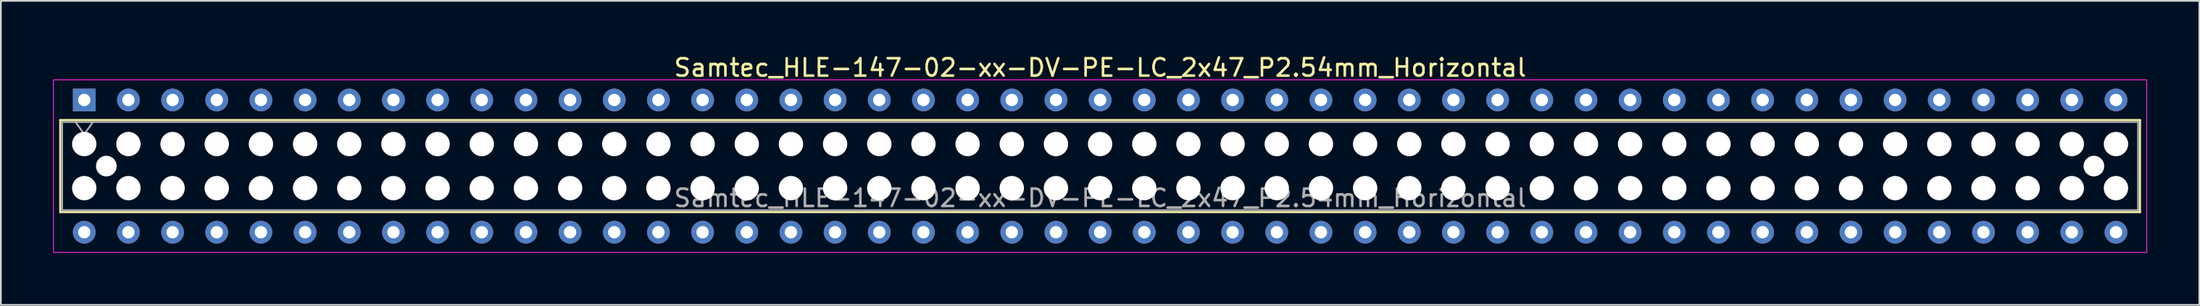
<source format=kicad_pcb>
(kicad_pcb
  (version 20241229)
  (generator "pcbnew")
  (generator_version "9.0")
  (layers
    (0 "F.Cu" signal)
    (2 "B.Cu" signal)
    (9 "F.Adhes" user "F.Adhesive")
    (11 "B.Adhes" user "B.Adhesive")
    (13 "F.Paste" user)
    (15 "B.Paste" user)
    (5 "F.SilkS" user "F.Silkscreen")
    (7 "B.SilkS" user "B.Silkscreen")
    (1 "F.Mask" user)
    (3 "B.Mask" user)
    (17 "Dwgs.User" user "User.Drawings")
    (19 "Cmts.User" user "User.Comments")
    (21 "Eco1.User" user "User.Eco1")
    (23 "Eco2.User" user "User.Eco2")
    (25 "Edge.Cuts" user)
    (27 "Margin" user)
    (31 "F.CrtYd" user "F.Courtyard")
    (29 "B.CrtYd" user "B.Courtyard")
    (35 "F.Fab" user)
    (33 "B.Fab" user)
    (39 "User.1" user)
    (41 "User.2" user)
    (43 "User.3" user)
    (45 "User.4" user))
  (footprint "Samtec_HLE-147-02-xx-DV-PE-LC_2x47_P2.54mm_Horizontal"
    (layer "F.Cu")
    (at 1.795 2.708)
    (property "Reference" "Samtec_HLE-147-02-xx-DV-PE-LC_2x47_P2.54mm_Horizontal" (at 58.42 -1.86 0) (layer "F.SilkS") (effects (font (size 1 1) (thickness 0.15))))
    (attr through_hole)
    (fp_line (start -1.38 1.16) (end 118.22 1.16) (stroke (width 0.12) (type solid)) (layer "F.SilkS"))
    (fp_line (start -1.38 6.46) (end -1.38 1.16) (stroke (width 0.12) (type solid)) (layer "F.SilkS"))
    (fp_line (start 118.22 1.16) (end 118.22 6.46) (stroke (width 0.12) (type solid)) (layer "F.SilkS"))
    (fp_line (start 118.22 6.46) (end -1.38 6.46) (stroke (width 0.12) (type solid)) (layer "F.SilkS"))
    (fp_line (start -1.77 -1.16) (end 118.61 -1.16) (stroke (width 0.05) (type solid)) (layer "F.CrtYd"))
    (fp_line (start -1.77 8.78) (end -1.77 -1.16) (stroke (width 0.05) (type solid)) (layer "F.CrtYd"))
    (fp_line (start 118.61 -1.16) (end 118.61 8.78) (stroke (width 0.05) (type solid)) (layer "F.CrtYd"))
    (fp_line (start 118.61 8.78) (end -1.77 8.78) (stroke (width 0.05) (type solid)) (layer "F.CrtYd"))
    (fp_line (start -1.27 1.27) (end 118.11 1.27) (stroke (width 0.1) (type solid)) (layer "F.Fab"))
    (fp_line (start -1.27 6.35) (end -1.27 1.27) (stroke (width 0.1) (type solid)) (layer "F.Fab"))
    (fp_line (start -0.5 1.27) (end 0 1.977) (stroke (width 0.1) (type solid)) (layer "F.Fab"))
    (fp_line (start 0 1.977) (end 0.5 1.27) (stroke (width 0.1) (type solid)) (layer "F.Fab"))
    (fp_line (start 118.11 1.27) (end 118.11 6.35) (stroke (width 0.1) (type solid)) (layer "F.Fab"))
    (fp_line (start 118.11 6.35) (end -1.27 6.35) (stroke (width 0.1) (type solid)) (layer "F.Fab"))
    (fp_text user "${REFERENCE}" (at 58.42 5.65 0) (layer "F.Fab") (effects (font (size 1 1) (thickness 0.15))))
    (pad "" np_thru_hole circle (at 0 2.54) (size 1.4 1.4) (drill 1.4) (layers "*.Cu" "*.Mask"))
    (pad "" np_thru_hole circle (at 0 5.08) (size 1.4 1.4) (drill 1.4) (layers "*.Cu" "*.Mask"))
    (pad "" np_thru_hole circle (at 1.27 3.81) (size 1.19 1.19) (drill 1.19) (layers "*.Cu" "*.Mask"))
    (pad "" np_thru_hole circle (at 2.54 2.54) (size 1.4 1.4) (drill 1.4) (layers "*.Cu" "*.Mask"))
    (pad "" np_thru_hole circle (at 2.54 5.08) (size 1.4 1.4) (drill 1.4) (layers "*.Cu" "*.Mask"))
    (pad "" np_thru_hole circle (at 5.08 2.54) (size 1.4 1.4) (drill 1.4) (layers "*.Cu" "*.Mask"))
    (pad "" np_thru_hole circle (at 5.08 5.08) (size 1.4 1.4) (drill 1.4) (layers "*.Cu" "*.Mask"))
    (pad "" np_thru_hole circle (at 7.62 2.54) (size 1.4 1.4) (drill 1.4) (layers "*.Cu" "*.Mask"))
    (pad "" np_thru_hole circle (at 7.62 5.08) (size 1.4 1.4) (drill 1.4) (layers "*.Cu" "*.Mask"))
    (pad "" np_thru_hole circle (at 10.16 2.54) (size 1.4 1.4) (drill 1.4) (layers "*.Cu" "*.Mask"))
    (pad "" np_thru_hole circle (at 10.16 5.08) (size 1.4 1.4) (drill 1.4) (layers "*.Cu" "*.Mask"))
    (pad "" np_thru_hole circle (at 12.7 2.54) (size 1.4 1.4) (drill 1.4) (layers "*.Cu" "*.Mask"))
    (pad "" np_thru_hole circle (at 12.7 5.08) (size 1.4 1.4) (drill 1.4) (layers "*.Cu" "*.Mask"))
    (pad "" np_thru_hole circle (at 15.24 2.54) (size 1.4 1.4) (drill 1.4) (layers "*.Cu" "*.Mask"))
    (pad "" np_thru_hole circle (at 15.24 5.08) (size 1.4 1.4) (drill 1.4) (layers "*.Cu" "*.Mask"))
    (pad "" np_thru_hole circle (at 17.78 2.54) (size 1.4 1.4) (drill 1.4) (layers "*.Cu" "*.Mask"))
    (pad "" np_thru_hole circle (at 17.78 5.08) (size 1.4 1.4) (drill 1.4) (layers "*.Cu" "*.Mask"))
    (pad "" np_thru_hole circle (at 20.32 2.54) (size 1.4 1.4) (drill 1.4) (layers "*.Cu" "*.Mask"))
    (pad "" np_thru_hole circle (at 20.32 5.08) (size 1.4 1.4) (drill 1.4) (layers "*.Cu" "*.Mask"))
    (pad "" np_thru_hole circle (at 22.86 2.54) (size 1.4 1.4) (drill 1.4) (layers "*.Cu" "*.Mask"))
    (pad "" np_thru_hole circle (at 22.86 5.08) (size 1.4 1.4) (drill 1.4) (layers "*.Cu" "*.Mask"))
    (pad "" np_thru_hole circle (at 25.4 2.54) (size 1.4 1.4) (drill 1.4) (layers "*.Cu" "*.Mask"))
    (pad "" np_thru_hole circle (at 25.4 5.08) (size 1.4 1.4) (drill 1.4) (layers "*.Cu" "*.Mask"))
    (pad "" np_thru_hole circle (at 27.94 2.54) (size 1.4 1.4) (drill 1.4) (layers "*.Cu" "*.Mask"))
    (pad "" np_thru_hole circle (at 27.94 5.08) (size 1.4 1.4) (drill 1.4) (layers "*.Cu" "*.Mask"))
    (pad "" np_thru_hole circle (at 30.48 2.54) (size 1.4 1.4) (drill 1.4) (layers "*.Cu" "*.Mask"))
    (pad "" np_thru_hole circle (at 30.48 5.08) (size 1.4 1.4) (drill 1.4) (layers "*.Cu" "*.Mask"))
    (pad "" np_thru_hole circle (at 33.02 2.54) (size 1.4 1.4) (drill 1.4) (layers "*.Cu" "*.Mask"))
    (pad "" np_thru_hole circle (at 33.02 5.08) (size 1.4 1.4) (drill 1.4) (layers "*.Cu" "*.Mask"))
    (pad "" np_thru_hole circle (at 35.56 2.54) (size 1.4 1.4) (drill 1.4) (layers "*.Cu" "*.Mask"))
    (pad "" np_thru_hole circle (at 35.56 5.08) (size 1.4 1.4) (drill 1.4) (layers "*.Cu" "*.Mask"))
    (pad "" np_thru_hole circle (at 38.1 2.54) (size 1.4 1.4) (drill 1.4) (layers "*.Cu" "*.Mask"))
    (pad "" np_thru_hole circle (at 38.1 5.08) (size 1.4 1.4) (drill 1.4) (layers "*.Cu" "*.Mask"))
    (pad "" np_thru_hole circle (at 40.64 2.54) (size 1.4 1.4) (drill 1.4) (layers "*.Cu" "*.Mask"))
    (pad "" np_thru_hole circle (at 40.64 5.08) (size 1.4 1.4) (drill 1.4) (layers "*.Cu" "*.Mask"))
    (pad "" np_thru_hole circle (at 43.18 2.54) (size 1.4 1.4) (drill 1.4) (layers "*.Cu" "*.Mask"))
    (pad "" np_thru_hole circle (at 43.18 5.08) (size 1.4 1.4) (drill 1.4) (layers "*.Cu" "*.Mask"))
    (pad "" np_thru_hole circle (at 45.72 2.54) (size 1.4 1.4) (drill 1.4) (layers "*.Cu" "*.Mask"))
    (pad "" np_thru_hole circle (at 45.72 5.08) (size 1.4 1.4) (drill 1.4) (layers "*.Cu" "*.Mask"))
    (pad "" np_thru_hole circle (at 48.26 2.54) (size 1.4 1.4) (drill 1.4) (layers "*.Cu" "*.Mask"))
    (pad "" np_thru_hole circle (at 48.26 5.08) (size 1.4 1.4) (drill 1.4) (layers "*.Cu" "*.Mask"))
    (pad "" np_thru_hole circle (at 50.8 2.54) (size 1.4 1.4) (drill 1.4) (layers "*.Cu" "*.Mask"))
    (pad "" np_thru_hole circle (at 50.8 5.08) (size 1.4 1.4) (drill 1.4) (layers "*.Cu" "*.Mask"))
    (pad "" np_thru_hole circle (at 53.34 2.54) (size 1.4 1.4) (drill 1.4) (layers "*.Cu" "*.Mask"))
    (pad "" np_thru_hole circle (at 53.34 5.08) (size 1.4 1.4) (drill 1.4) (layers "*.Cu" "*.Mask"))
    (pad "" np_thru_hole circle (at 55.88 2.54) (size 1.4 1.4) (drill 1.4) (layers "*.Cu" "*.Mask"))
    (pad "" np_thru_hole circle (at 55.88 5.08) (size 1.4 1.4) (drill 1.4) (layers "*.Cu" "*.Mask"))
    (pad "" np_thru_hole circle (at 58.42 2.54) (size 1.4 1.4) (drill 1.4) (layers "*.Cu" "*.Mask"))
    (pad "" np_thru_hole circle (at 58.42 5.08) (size 1.4 1.4) (drill 1.4) (layers "*.Cu" "*.Mask"))
    (pad "" np_thru_hole circle (at 60.96 2.54) (size 1.4 1.4) (drill 1.4) (layers "*.Cu" "*.Mask"))
    (pad "" np_thru_hole circle (at 60.96 5.08) (size 1.4 1.4) (drill 1.4) (layers "*.Cu" "*.Mask"))
    (pad "" np_thru_hole circle (at 63.5 2.54) (size 1.4 1.4) (drill 1.4) (layers "*.Cu" "*.Mask"))
    (pad "" np_thru_hole circle (at 63.5 5.08) (size 1.4 1.4) (drill 1.4) (layers "*.Cu" "*.Mask"))
    (pad "" np_thru_hole circle (at 66.04 2.54) (size 1.4 1.4) (drill 1.4) (layers "*.Cu" "*.Mask"))
    (pad "" np_thru_hole circle (at 66.04 5.08) (size 1.4 1.4) (drill 1.4) (layers "*.Cu" "*.Mask"))
    (pad "" np_thru_hole circle (at 68.58 2.54) (size 1.4 1.4) (drill 1.4) (layers "*.Cu" "*.Mask"))
    (pad "" np_thru_hole circle (at 68.58 5.08) (size 1.4 1.4) (drill 1.4) (layers "*.Cu" "*.Mask"))
    (pad "" np_thru_hole circle (at 71.12 2.54) (size 1.4 1.4) (drill 1.4) (layers "*.Cu" "*.Mask"))
    (pad "" np_thru_hole circle (at 71.12 5.08) (size 1.4 1.4) (drill 1.4) (layers "*.Cu" "*.Mask"))
    (pad "" np_thru_hole circle (at 73.66 2.54) (size 1.4 1.4) (drill 1.4) (layers "*.Cu" "*.Mask"))
    (pad "" np_thru_hole circle (at 73.66 5.08) (size 1.4 1.4) (drill 1.4) (layers "*.Cu" "*.Mask"))
    (pad "" np_thru_hole circle (at 76.2 2.54) (size 1.4 1.4) (drill 1.4) (layers "*.Cu" "*.Mask"))
    (pad "" np_thru_hole circle (at 76.2 5.08) (size 1.4 1.4) (drill 1.4) (layers "*.Cu" "*.Mask"))
    (pad "" np_thru_hole circle (at 78.74 2.54) (size 1.4 1.4) (drill 1.4) (layers "*.Cu" "*.Mask"))
    (pad "" np_thru_hole circle (at 78.74 5.08) (size 1.4 1.4) (drill 1.4) (layers "*.Cu" "*.Mask"))
    (pad "" np_thru_hole circle (at 81.28 2.54) (size 1.4 1.4) (drill 1.4) (layers "*.Cu" "*.Mask"))
    (pad "" np_thru_hole circle (at 81.28 5.08) (size 1.4 1.4) (drill 1.4) (layers "*.Cu" "*.Mask"))
    (pad "" np_thru_hole circle (at 83.82 2.54) (size 1.4 1.4) (drill 1.4) (layers "*.Cu" "*.Mask"))
    (pad "" np_thru_hole circle (at 83.82 5.08) (size 1.4 1.4) (drill 1.4) (layers "*.Cu" "*.Mask"))
    (pad "" np_thru_hole circle (at 86.36 2.54) (size 1.4 1.4) (drill 1.4) (layers "*.Cu" "*.Mask"))
    (pad "" np_thru_hole circle (at 86.36 5.08) (size 1.4 1.4) (drill 1.4) (layers "*.Cu" "*.Mask"))
    (pad "" np_thru_hole circle (at 88.9 2.54) (size 1.4 1.4) (drill 1.4) (layers "*.Cu" "*.Mask"))
    (pad "" np_thru_hole circle (at 88.9 5.08) (size 1.4 1.4) (drill 1.4) (layers "*.Cu" "*.Mask"))
    (pad "" np_thru_hole circle (at 91.44 2.54) (size 1.4 1.4) (drill 1.4) (layers "*.Cu" "*.Mask"))
    (pad "" np_thru_hole circle (at 91.44 5.08) (size 1.4 1.4) (drill 1.4) (layers "*.Cu" "*.Mask"))
    (pad "" np_thru_hole circle (at 93.98 2.54) (size 1.4 1.4) (drill 1.4) (layers "*.Cu" "*.Mask"))
    (pad "" np_thru_hole circle (at 93.98 5.08) (size 1.4 1.4) (drill 1.4) (layers "*.Cu" "*.Mask"))
    (pad "" np_thru_hole circle (at 96.52 2.54) (size 1.4 1.4) (drill 1.4) (layers "*.Cu" "*.Mask"))
    (pad "" np_thru_hole circle (at 96.52 5.08) (size 1.4 1.4) (drill 1.4) (layers "*.Cu" "*.Mask"))
    (pad "" np_thru_hole circle (at 99.06 2.54) (size 1.4 1.4) (drill 1.4) (layers "*.Cu" "*.Mask"))
    (pad "" np_thru_hole circle (at 99.06 5.08) (size 1.4 1.4) (drill 1.4) (layers "*.Cu" "*.Mask"))
    (pad "" np_thru_hole circle (at 101.6 2.54) (size 1.4 1.4) (drill 1.4) (layers "*.Cu" "*.Mask"))
    (pad "" np_thru_hole circle (at 101.6 5.08) (size 1.4 1.4) (drill 1.4) (layers "*.Cu" "*.Mask"))
    (pad "" np_thru_hole circle (at 104.14 2.54) (size 1.4 1.4) (drill 1.4) (layers "*.Cu" "*.Mask"))
    (pad "" np_thru_hole circle (at 104.14 5.08) (size 1.4 1.4) (drill 1.4) (layers "*.Cu" "*.Mask"))
    (pad "" np_thru_hole circle (at 106.68 2.54) (size 1.4 1.4) (drill 1.4) (layers "*.Cu" "*.Mask"))
    (pad "" np_thru_hole circle (at 106.68 5.08) (size 1.4 1.4) (drill 1.4) (layers "*.Cu" "*.Mask"))
    (pad "" np_thru_hole circle (at 109.22 2.54) (size 1.4 1.4) (drill 1.4) (layers "*.Cu" "*.Mask"))
    (pad "" np_thru_hole circle (at 109.22 5.08) (size 1.4 1.4) (drill 1.4) (layers "*.Cu" "*.Mask"))
    (pad "" np_thru_hole circle (at 111.76 2.54) (size 1.4 1.4) (drill 1.4) (layers "*.Cu" "*.Mask"))
    (pad "" np_thru_hole circle (at 111.76 5.08) (size 1.4 1.4) (drill 1.4) (layers "*.Cu" "*.Mask"))
    (pad "" np_thru_hole circle (at 114.3 2.54) (size 1.4 1.4) (drill 1.4) (layers "*.Cu" "*.Mask"))
    (pad "" np_thru_hole circle (at 114.3 5.08) (size 1.4 1.4) (drill 1.4) (layers "*.Cu" "*.Mask"))
    (pad "" np_thru_hole circle (at 115.57 3.81) (size 1.19 1.19) (drill 1.19) (layers "*.Cu" "*.Mask"))
    (pad "" np_thru_hole circle (at 116.84 2.54) (size 1.4 1.4) (drill 1.4) (layers "*.Cu" "*.Mask"))
    (pad "" np_thru_hole circle (at 116.84 5.08) (size 1.4 1.4) (drill 1.4) (layers "*.Cu" "*.Mask"))
    (pad "1" thru_hole rect (at 0 0) (size 1.31 1.31) (drill 0.71) (layers "*.Cu" "*.Mask"))
    (pad "2" thru_hole circle (at 0 7.62) (size 1.31 1.31) (drill 0.71) (layers "*.Cu" "*.Mask"))
    (pad "3" thru_hole circle (at 2.54 0) (size 1.31 1.31) (drill 0.71) (layers "*.Cu" "*.Mask"))
    (pad "4" thru_hole circle (at 2.54 7.62) (size 1.31 1.31) (drill 0.71) (layers "*.Cu" "*.Mask"))
    (pad "5" thru_hole circle (at 5.08 0) (size 1.31 1.31) (drill 0.71) (layers "*.Cu" "*.Mask"))
    (pad "6" thru_hole circle (at 5.08 7.62) (size 1.31 1.31) (drill 0.71) (layers "*.Cu" "*.Mask"))
    (pad "7" thru_hole circle (at 7.62 0) (size 1.31 1.31) (drill 0.71) (layers "*.Cu" "*.Mask"))
    (pad "8" thru_hole circle (at 7.62 7.62) (size 1.31 1.31) (drill 0.71) (layers "*.Cu" "*.Mask"))
    (pad "9" thru_hole circle (at 10.16 0) (size 1.31 1.31) (drill 0.71) (layers "*.Cu" "*.Mask"))
    (pad "10" thru_hole circle (at 10.16 7.62) (size 1.31 1.31) (drill 0.71) (layers "*.Cu" "*.Mask"))
    (pad "11" thru_hole circle (at 12.7 0) (size 1.31 1.31) (drill 0.71) (layers "*.Cu" "*.Mask"))
    (pad "12" thru_hole circle (at 12.7 7.62) (size 1.31 1.31) (drill 0.71) (layers "*.Cu" "*.Mask"))
    (pad "13" thru_hole circle (at 15.24 0) (size 1.31 1.31) (drill 0.71) (layers "*.Cu" "*.Mask"))
    (pad "14" thru_hole circle (at 15.24 7.62) (size 1.31 1.31) (drill 0.71) (layers "*.Cu" "*.Mask"))
    (pad "15" thru_hole circle (at 17.78 0) (size 1.31 1.31) (drill 0.71) (layers "*.Cu" "*.Mask"))
    (pad "16" thru_hole circle (at 17.78 7.62) (size 1.31 1.31) (drill 0.71) (layers "*.Cu" "*.Mask"))
    (pad "17" thru_hole circle (at 20.32 0) (size 1.31 1.31) (drill 0.71) (layers "*.Cu" "*.Mask"))
    (pad "18" thru_hole circle (at 20.32 7.62) (size 1.31 1.31) (drill 0.71) (layers "*.Cu" "*.Mask"))
    (pad "19" thru_hole circle (at 22.86 0) (size 1.31 1.31) (drill 0.71) (layers "*.Cu" "*.Mask"))
    (pad "20" thru_hole circle (at 22.86 7.62) (size 1.31 1.31) (drill 0.71) (layers "*.Cu" "*.Mask"))
    (pad "21" thru_hole circle (at 25.4 0) (size 1.31 1.31) (drill 0.71) (layers "*.Cu" "*.Mask"))
    (pad "22" thru_hole circle (at 25.4 7.62) (size 1.31 1.31) (drill 0.71) (layers "*.Cu" "*.Mask"))
    (pad "23" thru_hole circle (at 27.94 0) (size 1.31 1.31) (drill 0.71) (layers "*.Cu" "*.Mask"))
    (pad "24" thru_hole circle (at 27.94 7.62) (size 1.31 1.31) (drill 0.71) (layers "*.Cu" "*.Mask"))
    (pad "25" thru_hole circle (at 30.48 0) (size 1.31 1.31) (drill 0.71) (layers "*.Cu" "*.Mask"))
    (pad "26" thru_hole circle (at 30.48 7.62) (size 1.31 1.31) (drill 0.71) (layers "*.Cu" "*.Mask"))
    (pad "27" thru_hole circle (at 33.02 0) (size 1.31 1.31) (drill 0.71) (layers "*.Cu" "*.Mask"))
    (pad "28" thru_hole circle (at 33.02 7.62) (size 1.31 1.31) (drill 0.71) (layers "*.Cu" "*.Mask"))
    (pad "29" thru_hole circle (at 35.56 0) (size 1.31 1.31) (drill 0.71) (layers "*.Cu" "*.Mask"))
    (pad "30" thru_hole circle (at 35.56 7.62) (size 1.31 1.31) (drill 0.71) (layers "*.Cu" "*.Mask"))
    (pad "31" thru_hole circle (at 38.1 0) (size 1.31 1.31) (drill 0.71) (layers "*.Cu" "*.Mask"))
    (pad "32" thru_hole circle (at 38.1 7.62) (size 1.31 1.31) (drill 0.71) (layers "*.Cu" "*.Mask"))
    (pad "33" thru_hole circle (at 40.64 0) (size 1.31 1.31) (drill 0.71) (layers "*.Cu" "*.Mask"))
    (pad "34" thru_hole circle (at 40.64 7.62) (size 1.31 1.31) (drill 0.71) (layers "*.Cu" "*.Mask"))
    (pad "35" thru_hole circle (at 43.18 0) (size 1.31 1.31) (drill 0.71) (layers "*.Cu" "*.Mask"))
    (pad "36" thru_hole circle (at 43.18 7.62) (size 1.31 1.31) (drill 0.71) (layers "*.Cu" "*.Mask"))
    (pad "37" thru_hole circle (at 45.72 0) (size 1.31 1.31) (drill 0.71) (layers "*.Cu" "*.Mask"))
    (pad "38" thru_hole circle (at 45.72 7.62) (size 1.31 1.31) (drill 0.71) (layers "*.Cu" "*.Mask"))
    (pad "39" thru_hole circle (at 48.26 0) (size 1.31 1.31) (drill 0.71) (layers "*.Cu" "*.Mask"))
    (pad "40" thru_hole circle (at 48.26 7.62) (size 1.31 1.31) (drill 0.71) (layers "*.Cu" "*.Mask"))
    (pad "41" thru_hole circle (at 50.8 0) (size 1.31 1.31) (drill 0.71) (layers "*.Cu" "*.Mask"))
    (pad "42" thru_hole circle (at 50.8 7.62) (size 1.31 1.31) (drill 0.71) (layers "*.Cu" "*.Mask"))
    (pad "43" thru_hole circle (at 53.34 0) (size 1.31 1.31) (drill 0.71) (layers "*.Cu" "*.Mask"))
    (pad "44" thru_hole circle (at 53.34 7.62) (size 1.31 1.31) (drill 0.71) (layers "*.Cu" "*.Mask"))
    (pad "45" thru_hole circle (at 55.88 0) (size 1.31 1.31) (drill 0.71) (layers "*.Cu" "*.Mask"))
    (pad "46" thru_hole circle (at 55.88 7.62) (size 1.31 1.31) (drill 0.71) (layers "*.Cu" "*.Mask"))
    (pad "47" thru_hole circle (at 58.42 0) (size 1.31 1.31) (drill 0.71) (layers "*.Cu" "*.Mask"))
    (pad "48" thru_hole circle (at 58.42 7.62) (size 1.31 1.31) (drill 0.71) (layers "*.Cu" "*.Mask"))
    (pad "49" thru_hole circle (at 60.96 0) (size 1.31 1.31) (drill 0.71) (layers "*.Cu" "*.Mask"))
    (pad "50" thru_hole circle (at 60.96 7.62) (size 1.31 1.31) (drill 0.71) (layers "*.Cu" "*.Mask"))
    (pad "51" thru_hole circle (at 63.5 0) (size 1.31 1.31) (drill 0.71) (layers "*.Cu" "*.Mask"))
    (pad "52" thru_hole circle (at 63.5 7.62) (size 1.31 1.31) (drill 0.71) (layers "*.Cu" "*.Mask"))
    (pad "53" thru_hole circle (at 66.04 0) (size 1.31 1.31) (drill 0.71) (layers "*.Cu" "*.Mask"))
    (pad "54" thru_hole circle (at 66.04 7.62) (size 1.31 1.31) (drill 0.71) (layers "*.Cu" "*.Mask"))
    (pad "55" thru_hole circle (at 68.58 0) (size 1.31 1.31) (drill 0.71) (layers "*.Cu" "*.Mask"))
    (pad "56" thru_hole circle (at 68.58 7.62) (size 1.31 1.31) (drill 0.71) (layers "*.Cu" "*.Mask"))
    (pad "57" thru_hole circle (at 71.12 0) (size 1.31 1.31) (drill 0.71) (layers "*.Cu" "*.Mask"))
    (pad "58" thru_hole circle (at 71.12 7.62) (size 1.31 1.31) (drill 0.71) (layers "*.Cu" "*.Mask"))
    (pad "59" thru_hole circle (at 73.66 0) (size 1.31 1.31) (drill 0.71) (layers "*.Cu" "*.Mask"))
    (pad "60" thru_hole circle (at 73.66 7.62) (size 1.31 1.31) (drill 0.71) (layers "*.Cu" "*.Mask"))
    (pad "61" thru_hole circle (at 76.2 0) (size 1.31 1.31) (drill 0.71) (layers "*.Cu" "*.Mask"))
    (pad "62" thru_hole circle (at 76.2 7.62) (size 1.31 1.31) (drill 0.71) (layers "*.Cu" "*.Mask"))
    (pad "63" thru_hole circle (at 78.74 0) (size 1.31 1.31) (drill 0.71) (layers "*.Cu" "*.Mask"))
    (pad "64" thru_hole circle (at 78.74 7.62) (size 1.31 1.31) (drill 0.71) (layers "*.Cu" "*.Mask"))
    (pad "65" thru_hole circle (at 81.28 0) (size 1.31 1.31) (drill 0.71) (layers "*.Cu" "*.Mask"))
    (pad "66" thru_hole circle (at 81.28 7.62) (size 1.31 1.31) (drill 0.71) (layers "*.Cu" "*.Mask"))
    (pad "67" thru_hole circle (at 83.82 0) (size 1.31 1.31) (drill 0.71) (layers "*.Cu" "*.Mask"))
    (pad "68" thru_hole circle (at 83.82 7.62) (size 1.31 1.31) (drill 0.71) (layers "*.Cu" "*.Mask"))
    (pad "69" thru_hole circle (at 86.36 0) (size 1.31 1.31) (drill 0.71) (layers "*.Cu" "*.Mask"))
    (pad "70" thru_hole circle (at 86.36 7.62) (size 1.31 1.31) (drill 0.71) (layers "*.Cu" "*.Mask"))
    (pad "71" thru_hole circle (at 88.9 0) (size 1.31 1.31) (drill 0.71) (layers "*.Cu" "*.Mask"))
    (pad "72" thru_hole circle (at 88.9 7.62) (size 1.31 1.31) (drill 0.71) (layers "*.Cu" "*.Mask"))
    (pad "73" thru_hole circle (at 91.44 0) (size 1.31 1.31) (drill 0.71) (layers "*.Cu" "*.Mask"))
    (pad "74" thru_hole circle (at 91.44 7.62) (size 1.31 1.31) (drill 0.71) (layers "*.Cu" "*.Mask"))
    (pad "75" thru_hole circle (at 93.98 0) (size 1.31 1.31) (drill 0.71) (layers "*.Cu" "*.Mask"))
    (pad "76" thru_hole circle (at 93.98 7.62) (size 1.31 1.31) (drill 0.71) (layers "*.Cu" "*.Mask"))
    (pad "77" thru_hole circle (at 96.52 0) (size 1.31 1.31) (drill 0.71) (layers "*.Cu" "*.Mask"))
    (pad "78" thru_hole circle (at 96.52 7.62) (size 1.31 1.31) (drill 0.71) (layers "*.Cu" "*.Mask"))
    (pad "79" thru_hole circle (at 99.06 0) (size 1.31 1.31) (drill 0.71) (layers "*.Cu" "*.Mask"))
    (pad "80" thru_hole circle (at 99.06 7.62) (size 1.31 1.31) (drill 0.71) (layers "*.Cu" "*.Mask"))
    (pad "81" thru_hole circle (at 101.6 0) (size 1.31 1.31) (drill 0.71) (layers "*.Cu" "*.Mask"))
    (pad "82" thru_hole circle (at 101.6 7.62) (size 1.31 1.31) (drill 0.71) (layers "*.Cu" "*.Mask"))
    (pad "83" thru_hole circle (at 104.14 0) (size 1.31 1.31) (drill 0.71) (layers "*.Cu" "*.Mask"))
    (pad "84" thru_hole circle (at 104.14 7.62) (size 1.31 1.31) (drill 0.71) (layers "*.Cu" "*.Mask"))
    (pad "85" thru_hole circle (at 106.68 0) (size 1.31 1.31) (drill 0.71) (layers "*.Cu" "*.Mask"))
    (pad "86" thru_hole circle (at 106.68 7.62) (size 1.31 1.31) (drill 0.71) (layers "*.Cu" "*.Mask"))
    (pad "87" thru_hole circle (at 109.22 0) (size 1.31 1.31) (drill 0.71) (layers "*.Cu" "*.Mask"))
    (pad "88" thru_hole circle (at 109.22 7.62) (size 1.31 1.31) (drill 0.71) (layers "*.Cu" "*.Mask"))
    (pad "89" thru_hole circle (at 111.76 0) (size 1.31 1.31) (drill 0.71) (layers "*.Cu" "*.Mask"))
    (pad "90" thru_hole circle (at 111.76 7.62) (size 1.31 1.31) (drill 0.71) (layers "*.Cu" "*.Mask"))
    (pad "91" thru_hole circle (at 114.3 0) (size 1.31 1.31) (drill 0.71) (layers "*.Cu" "*.Mask"))
    (pad "92" thru_hole circle (at 114.3 7.62) (size 1.31 1.31) (drill 0.71) (layers "*.Cu" "*.Mask"))
    (pad "93" thru_hole circle (at 116.84 0) (size 1.31 1.31) (drill 0.71) (layers "*.Cu" "*.Mask"))
    (pad "94" thru_hole circle (at 116.84 7.62) (size 1.31 1.31) (drill 0.71) (layers "*.Cu" "*.Mask")))
  (gr_rect
    (start -3 -3)
    (end 123.43 14.513)
    (stroke (width 0.1) (type default))
    (fill no)
    (layer "Edge.Cuts")))
</source>
